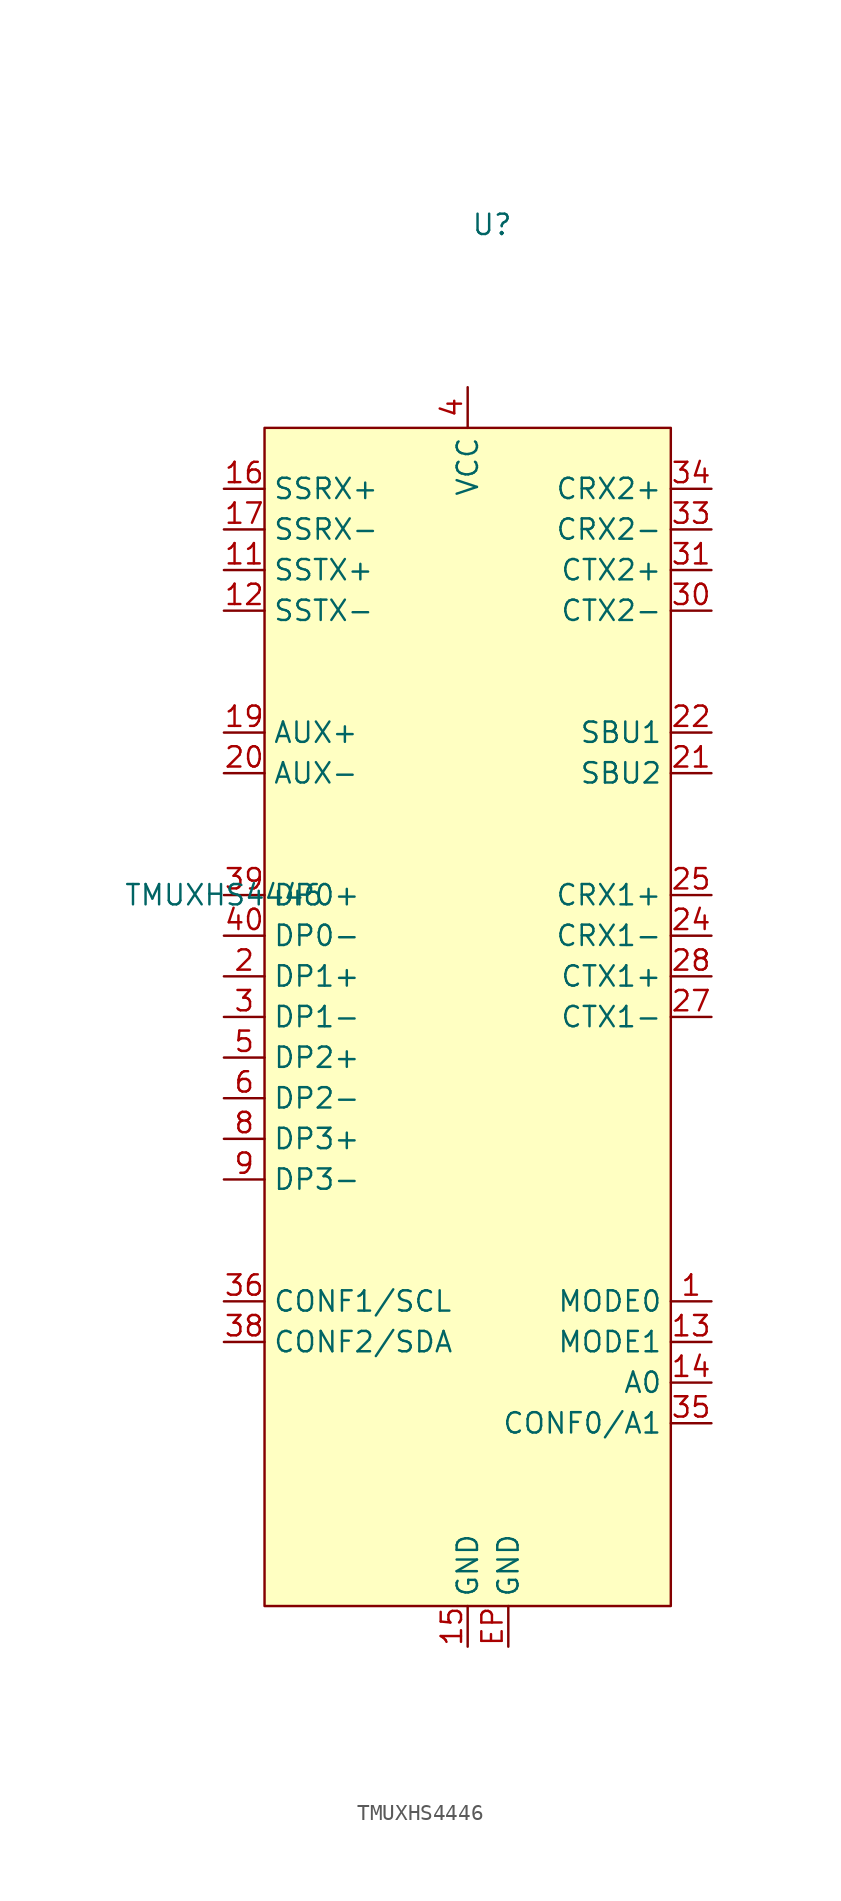
<source format=kicad_sym>
(kicad_symbol_lib
  (version 20241209)
  (generator "kicad_symbol_editor")
  (generator_version "9.0")
  (symbol "TMUXHS4446"
    (property "Reference" "U"
      (at 1.524 25.4 0)
      (effects (font (size 1.27 1.27))))
    (property "Value" "TMUXHS4446"
      (at -15.24 -16.51 0)
      (effects (font (size 1.27 1.27))))
    (symbol "TMUXHS4446_0_0"
      (pin unspecified line (at -15.24 8.89 0) (length 2.54) (name "SSRX+" (effects (font (size 1.27 1.27)))) (number "16" (effects (font (size 1.27 1.27)))))
      (pin unspecified line (at -15.24 6.35 0) (length 2.54) (name "SSRX-" (effects (font (size 1.27 1.27)))) (number "17" (effects (font (size 1.27 1.27)))))
      (pin unspecified line (at -15.24 3.81 0) (length 2.54) (name "SSTX+" (effects (font (size 1.27 1.27)))) (number "11" (effects (font (size 1.27 1.27)))))
      (pin unspecified line (at -15.24 1.27 0) (length 2.54) (name "SSTX-" (effects (font (size 1.27 1.27)))) (number "12" (effects (font (size 1.27 1.27)))))
      (pin unspecified line (at -15.24 -6.35 0) (length 2.54) (name "AUX+" (effects (font (size 1.27 1.27)))) (number "19" (effects (font (size 1.27 1.27)))))
      (pin unspecified line (at -15.24 -8.89 0) (length 2.54) (name "AUX-" (effects (font (size 1.27 1.27)))) (number "20" (effects (font (size 1.27 1.27)))))
      (pin unspecified line (at -15.24 -16.51 0) (length 2.54) (name "DP0+" (effects (font (size 1.27 1.27)))) (number "39" (effects (font (size 1.27 1.27)))))
      (pin unspecified line (at -15.24 -19.05 0) (length 2.54) (name "DP0-" (effects (font (size 1.27 1.27)))) (number "40" (effects (font (size 1.27 1.27)))))
      (pin unspecified line (at -15.24 -21.59 0) (length 2.54) (name "DP1+" (effects (font (size 1.27 1.27)))) (number "2" (effects (font (size 1.27 1.27)))))
      (pin unspecified line (at -15.24 -24.13 0) (length 2.54) (name "DP1-" (effects (font (size 1.27 1.27)))) (number "3" (effects (font (size 1.27 1.27)))))
      (pin unspecified line (at -15.24 -26.67 0) (length 2.54) (name "DP2+" (effects (font (size 1.27 1.27)))) (number "5" (effects (font (size 1.27 1.27)))))
      (pin unspecified line (at -15.24 -29.21 0) (length 2.54) (name "DP2-" (effects (font (size 1.27 1.27)))) (number "6" (effects (font (size 1.27 1.27)))))
      (pin unspecified line (at -15.24 -31.75 0) (length 2.54) (name "DP3+" (effects (font (size 1.27 1.27)))) (number "8" (effects (font (size 1.27 1.27)))))
      (pin unspecified line (at -15.24 -34.29 0) (length 2.54) (name "DP3-" (effects (font (size 1.27 1.27)))) (number "9" (effects (font (size 1.27 1.27)))))
      (pin unspecified line (at -15.24 -41.91 0) (length 2.54) (name "CONF1/SCL" (effects (font (size 1.27 1.27)))) (number "36" (effects (font (size 1.27 1.27)))))
      (pin unspecified line (at -15.24 -44.45 0) (length 2.54) (name "CONF2/SDA" (effects (font (size 1.27 1.27)))) (number "38" (effects (font (size 1.27 1.27)))))
      (pin unspecified line (at 0 15.24 270) (length 2.54) (hide yes) (name "VCC" (effects (font (size 1.27 1.27)))) (number "10" (effects (font (size 1.27 1.27)))))
      (pin unspecified line (at 0 15.24 270) (length 2.54) (hide yes) (name "VCC" (effects (font (size 1.27 1.27)))) (number "23" (effects (font (size 1.27 1.27)))))
      (pin unspecified line (at 0 15.24 270) (length 2.54) (hide yes) (name "VCC" (effects (font (size 1.27 1.27)))) (number "26" (effects (font (size 1.27 1.27)))))
      (pin unspecified line (at 0 15.24 270) (length 2.54) (hide yes) (name "VCC" (effects (font (size 1.27 1.27)))) (number "29" (effects (font (size 1.27 1.27)))))
      (pin unspecified line (at 0 15.24 270) (length 2.54) (hide yes) (name "VCC" (effects (font (size 1.27 1.27)))) (number "32" (effects (font (size 1.27 1.27)))))
      (pin unspecified line (at 0 15.24 270) (length 2.54) (name "VCC" (effects (font (size 1.27 1.27)))) (number "4" (effects (font (size 1.27 1.27)))))
      (pin unspecified line (at 0 15.24 270) (length 2.54) (hide yes) (name "VCC" (effects (font (size 1.27 1.27)))) (number "7" (effects (font (size 1.27 1.27)))))
      (pin unspecified line (at 0 -63.5 90) (length 2.54) (name "GND" (effects (font (size 1.27 1.27)))) (number "15" (effects (font (size 1.27 1.27)))))
      (pin unspecified line (at 0 -63.5 90) (length 2.54) (hide yes) (name "GND" (effects (font (size 1.27 1.27)))) (number "18" (effects (font (size 1.27 1.27)))))
      (pin unspecified line (at 2.54 -63.5 90) (length 2.54) (name "GND" (effects (font (size 1.27 1.27)))) (number "EP" (effects (font (size 1.27 1.27)))))
      (pin unspecified line (at 15.24 8.89 180) (length 2.54) (name "CRX2+" (effects (font (size 1.27 1.27)))) (number "34" (effects (font (size 1.27 1.27)))))
      (pin unspecified line (at 15.24 6.35 180) (length 2.54) (name "CRX2-" (effects (font (size 1.27 1.27)))) (number "33" (effects (font (size 1.27 1.27)))))
      (pin unspecified line (at 15.24 3.81 180) (length 2.54) (name "CTX2+" (effects (font (size 1.27 1.27)))) (number "31" (effects (font (size 1.27 1.27)))))
      (pin unspecified line (at 15.24 1.27 180) (length 2.54) (name "CTX2-" (effects (font (size 1.27 1.27)))) (number "30" (effects (font (size 1.27 1.27)))))
      (pin unspecified line (at 15.24 -6.35 180) (length 2.54) (name "SBU1" (effects (font (size 1.27 1.27)))) (number "22" (effects (font (size 1.27 1.27)))))
      (pin unspecified line (at 15.24 -8.89 180) (length 2.54) (name "SBU2" (effects (font (size 1.27 1.27)))) (number "21" (effects (font (size 1.27 1.27)))))
      (pin unspecified line (at 15.24 -16.51 180) (length 2.54) (name "CRX1+" (effects (font (size 1.27 1.27)))) (number "25" (effects (font (size 1.27 1.27)))))
      (pin unspecified line (at 15.24 -19.05 180) (length 2.54) (name "CRX1-" (effects (font (size 1.27 1.27)))) (number "24" (effects (font (size 1.27 1.27)))))
      (pin unspecified line (at 15.24 -21.59 180) (length 2.54) (name "CTX1+" (effects (font (size 1.27 1.27)))) (number "28" (effects (font (size 1.27 1.27)))))
      (pin unspecified line (at 15.24 -24.13 180) (length 2.54) (name "CTX1-" (effects (font (size 1.27 1.27)))) (number "27" (effects (font (size 1.27 1.27)))))
      (pin unspecified line (at 15.24 -41.91 180) (length 2.54) (name "MODE0" (effects (font (size 1.27 1.27)))) (number "1" (effects (font (size 1.27 1.27)))))
      (pin unspecified line (at 15.24 -44.45 180) (length 2.54) (name "MODE1" (effects (font (size 1.27 1.27)))) (number "13" (effects (font (size 1.27 1.27)))))
      (pin unspecified line (at 15.24 -46.99 180) (length 2.54) (name "A0" (effects (font (size 1.27 1.27)))) (number "14" (effects (font (size 1.27 1.27)))))
      (pin unspecified line (at 15.24 -49.53 180) (length 2.54) (name "CONF0/A1" (effects (font (size 1.27 1.27)))) (number "35" (effects (font (size 1.27 1.27))))))
    (symbol "TMUXHS4446_1_0"
      (pin unspecified line (at 0 -63.5 90) (length 2.54) (hide yes) (name "GND" (effects (font (size 1.27 1.27)))) (number "37" (effects (font (size 1.27 1.27))))))
    (symbol "TMUXHS4446_1_1"
      (rectangle (start -12.7 12.7) (end 12.7 -60.96) (stroke (width 0) (type default)) (fill (type background))))))
</source>
